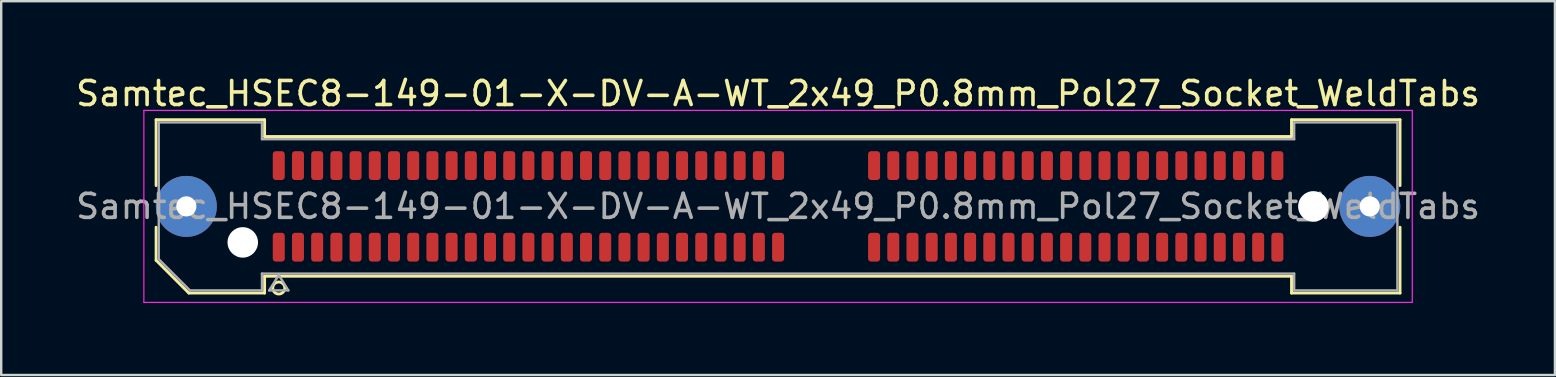
<source format=kicad_pcb>
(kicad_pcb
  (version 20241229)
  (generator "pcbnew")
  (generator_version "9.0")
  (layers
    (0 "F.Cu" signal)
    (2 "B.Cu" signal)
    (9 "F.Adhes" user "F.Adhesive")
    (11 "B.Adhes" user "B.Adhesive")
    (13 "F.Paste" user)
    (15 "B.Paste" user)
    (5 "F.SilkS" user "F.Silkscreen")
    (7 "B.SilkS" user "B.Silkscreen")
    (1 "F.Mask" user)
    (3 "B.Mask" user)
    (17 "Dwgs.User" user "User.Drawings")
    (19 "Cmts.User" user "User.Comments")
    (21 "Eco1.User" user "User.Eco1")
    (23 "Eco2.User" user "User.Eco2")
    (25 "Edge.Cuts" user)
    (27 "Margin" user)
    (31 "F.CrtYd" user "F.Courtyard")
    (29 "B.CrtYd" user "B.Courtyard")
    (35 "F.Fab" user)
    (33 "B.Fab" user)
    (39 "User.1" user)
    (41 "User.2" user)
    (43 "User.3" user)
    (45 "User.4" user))
  (footprint "Samtec_HSEC8-149-01-X-DV-A-WT_2x49_P0.8mm_Pol27_Socket_WeldTabs"
    (layer "F.Cu")
    (at 29.363 5.548)
    (property "Reference" "Samtec_HSEC8-149-01-X-DV-A-WT_2x49_P0.8mm_Pol27_Socket_WeldTabs" (at 0 -4.7 0) (layer "F.SilkS") (effects (font (size 1 1) (thickness 0.15))))
    (attr smd)
    (fp_line (start -25.91 -3.61) (end -21.39 -3.61) (stroke (width 0.12) (type solid)) (layer "F.SilkS"))
    (fp_line (start -25.91 -0.868) (end -25.91 -3.61) (stroke (width 0.12) (type solid)) (layer "F.SilkS"))
    (fp_line (start -25.91 2.246) (end -25.91 0.868) (stroke (width 0.12) (type solid)) (layer "F.SilkS"))
    (fp_line (start -24.546 3.61) (end -25.91 2.246) (stroke (width 0.12) (type solid)) (layer "F.SilkS"))
    (fp_line (start -21.39 -3.61) (end -21.39 -2.91) (stroke (width 0.12) (type solid)) (layer "F.SilkS"))
    (fp_line (start -21.39 -2.91) (end 21.39 -2.91) (stroke (width 0.12) (type solid)) (layer "F.SilkS"))
    (fp_line (start -21.39 2.91) (end -21.39 3.61) (stroke (width 0.12) (type solid)) (layer "F.SilkS"))
    (fp_line (start -21.39 3.61) (end -24.546 3.61) (stroke (width 0.12) (type solid)) (layer "F.SilkS"))
    (fp_line (start 21.39 -3.61) (end 25.91 -3.61) (stroke (width 0.12) (type solid)) (layer "F.SilkS"))
    (fp_line (start 21.39 -2.91) (end 21.39 -3.61) (stroke (width 0.12) (type solid)) (layer "F.SilkS"))
    (fp_line (start 21.39 2.91) (end -21.39 2.91) (stroke (width 0.12) (type solid)) (layer "F.SilkS"))
    (fp_line (start 21.39 3.61) (end 21.39 2.91) (stroke (width 0.12) (type solid)) (layer "F.SilkS"))
    (fp_line (start 25.91 -3.61) (end 25.91 -0.868) (stroke (width 0.12) (type solid)) (layer "F.SilkS"))
    (fp_line (start 25.91 0.868) (end 25.91 3.61) (stroke (width 0.12) (type solid)) (layer "F.SilkS"))
    (fp_line (start 25.91 3.61) (end 21.39 3.61) (stroke (width 0.12) (type solid)) (layer "F.SilkS"))
    (fp_arc (start -20.55 3.4) (mid -21.05 3.4) (end -20.55 3.4) (stroke (width 0.12) (type solid)) (layer "F.SilkS"))
    (fp_line (start -26.42 -4) (end -26.42 4) (stroke (width 0.05) (type solid)) (layer "F.CrtYd"))
    (fp_line (start -26.42 4) (end 26.42 4) (stroke (width 0.05) (type solid)) (layer "F.CrtYd"))
    (fp_line (start 26.42 -4) (end -26.42 -4) (stroke (width 0.05) (type solid)) (layer "F.CrtYd"))
    (fp_line (start 26.42 4) (end 26.42 -4) (stroke (width 0.05) (type solid)) (layer "F.CrtYd"))
    (fp_line (start -25.8 -3.5) (end -21.5 -3.5) (stroke (width 0.1) (type solid)) (layer "F.Fab"))
    (fp_line (start -25.8 2.2) (end -25.8 -3.5) (stroke (width 0.1) (type solid)) (layer "F.Fab"))
    (fp_line (start -24.5 3.5) (end -25.8 2.2) (stroke (width 0.1) (type solid)) (layer "F.Fab"))
    (fp_line (start -21.5 -3.5) (end -21.5 -2.8) (stroke (width 0.1) (type solid)) (layer "F.Fab"))
    (fp_line (start -21.5 -2.8) (end 21.5 -2.8) (stroke (width 0.1) (type solid)) (layer "F.Fab"))
    (fp_line (start -21.5 2.8) (end -21.5 3.5) (stroke (width 0.1) (type solid)) (layer "F.Fab"))
    (fp_line (start -21.5 3.5) (end -24.5 3.5) (stroke (width 0.1) (type solid)) (layer "F.Fab"))
    (fp_line (start -21.2 3.5) (end -20.8 2.86) (stroke (width 0.1) (type solid)) (layer "F.Fab"))
    (fp_line (start -20.8 2.86) (end -20.4 3.5) (stroke (width 0.1) (type solid)) (layer "F.Fab"))
    (fp_line (start -20.4 3.5) (end -21.2 3.5) (stroke (width 0.1) (type solid)) (layer "F.Fab"))
    (fp_line (start 21.5 -3.5) (end 25.8 -3.5) (stroke (width 0.1) (type solid)) (layer "F.Fab"))
    (fp_line (start 21.5 -2.8) (end 21.5 -3.5) (stroke (width 0.1) (type solid)) (layer "F.Fab"))
    (fp_line (start 21.5 2.8) (end -21.5 2.8) (stroke (width 0.1) (type solid)) (layer "F.Fab"))
    (fp_line (start 21.5 3.5) (end 21.5 2.8) (stroke (width 0.1) (type solid)) (layer "F.Fab"))
    (fp_line (start 25.8 -3.5) (end 25.8 3.5) (stroke (width 0.1) (type solid)) (layer "F.Fab"))
    (fp_line (start 25.8 3.5) (end 21.5 3.5) (stroke (width 0.1) (type solid)) (layer "F.Fab"))
    (fp_text user "${REFERENCE}" (at 0 0 0) (layer "F.Fab") (effects (font (size 1 1) (thickness 0.15))))
    (pad "" thru_hole circle (at -24.65 0) (size 2.54 2.54) (drill 0.84) (layers "*.Cu" "*.Mask" "F.Paste"))
    (pad "" np_thru_hole circle (at -22.3 1.5) (size 1.27 1.27) (drill 1.27) (layers "*.Cu" "*.Mask"))
    (pad "" np_thru_hole circle (at 22.3 0) (size 1.27 1.27) (drill 1.27) (layers "*.Cu" "*.Mask"))
    (pad "" thru_hole circle (at 24.65 0) (size 2.54 2.54) (drill 0.84) (layers "*.Cu" "*.Mask" "F.Paste"))
    (pad "1" smd roundrect (at -20.8 1.7) (size 0.5 1.2) (layers "F.Cu" "F.Mask" "F.Paste") (roundrect_rratio 0.25))
    (pad "2" smd roundrect (at -20.8 -1.7) (size 0.5 1.2) (layers "F.Cu" "F.Mask" "F.Paste") (roundrect_rratio 0.25))
    (pad "3" smd roundrect (at -20 1.7) (size 0.5 1.2) (layers "F.Cu" "F.Mask" "F.Paste") (roundrect_rratio 0.25))
    (pad "4" smd roundrect (at -20 -1.7) (size 0.5 1.2) (layers "F.Cu" "F.Mask" "F.Paste") (roundrect_rratio 0.25))
    (pad "5" smd roundrect (at -19.2 1.7) (size 0.5 1.2) (layers "F.Cu" "F.Mask" "F.Paste") (roundrect_rratio 0.25))
    (pad "6" smd roundrect (at -19.2 -1.7) (size 0.5 1.2) (layers "F.Cu" "F.Mask" "F.Paste") (roundrect_rratio 0.25))
    (pad "7" smd roundrect (at -18.4 1.7) (size 0.5 1.2) (layers "F.Cu" "F.Mask" "F.Paste") (roundrect_rratio 0.25))
    (pad "8" smd roundrect (at -18.4 -1.7) (size 0.5 1.2) (layers "F.Cu" "F.Mask" "F.Paste") (roundrect_rratio 0.25))
    (pad "9" smd roundrect (at -17.6 1.7) (size 0.5 1.2) (layers "F.Cu" "F.Mask" "F.Paste") (roundrect_rratio 0.25))
    (pad "10" smd roundrect (at -17.6 -1.7) (size 0.5 1.2) (layers "F.Cu" "F.Mask" "F.Paste") (roundrect_rratio 0.25))
    (pad "11" smd roundrect (at -16.8 1.7) (size 0.5 1.2) (layers "F.Cu" "F.Mask" "F.Paste") (roundrect_rratio 0.25))
    (pad "12" smd roundrect (at -16.8 -1.7) (size 0.5 1.2) (layers "F.Cu" "F.Mask" "F.Paste") (roundrect_rratio 0.25))
    (pad "13" smd roundrect (at -16 1.7) (size 0.5 1.2) (layers "F.Cu" "F.Mask" "F.Paste") (roundrect_rratio 0.25))
    (pad "14" smd roundrect (at -16 -1.7) (size 0.5 1.2) (layers "F.Cu" "F.Mask" "F.Paste") (roundrect_rratio 0.25))
    (pad "15" smd roundrect (at -15.2 1.7) (size 0.5 1.2) (layers "F.Cu" "F.Mask" "F.Paste") (roundrect_rratio 0.25))
    (pad "16" smd roundrect (at -15.2 -1.7) (size 0.5 1.2) (layers "F.Cu" "F.Mask" "F.Paste") (roundrect_rratio 0.25))
    (pad "17" smd roundrect (at -14.4 1.7) (size 0.5 1.2) (layers "F.Cu" "F.Mask" "F.Paste") (roundrect_rratio 0.25))
    (pad "18" smd roundrect (at -14.4 -1.7) (size 0.5 1.2) (layers "F.Cu" "F.Mask" "F.Paste") (roundrect_rratio 0.25))
    (pad "19" smd roundrect (at -13.6 1.7) (size 0.5 1.2) (layers "F.Cu" "F.Mask" "F.Paste") (roundrect_rratio 0.25))
    (pad "20" smd roundrect (at -13.6 -1.7) (size 0.5 1.2) (layers "F.Cu" "F.Mask" "F.Paste") (roundrect_rratio 0.25))
    (pad "21" smd roundrect (at -12.8 1.7) (size 0.5 1.2) (layers "F.Cu" "F.Mask" "F.Paste") (roundrect_rratio 0.25))
    (pad "22" smd roundrect (at -12.8 -1.7) (size 0.5 1.2) (layers "F.Cu" "F.Mask" "F.Paste") (roundrect_rratio 0.25))
    (pad "23" smd roundrect (at -12 1.7) (size 0.5 1.2) (layers "F.Cu" "F.Mask" "F.Paste") (roundrect_rratio 0.25))
    (pad "24" smd roundrect (at -12 -1.7) (size 0.5 1.2) (layers "F.Cu" "F.Mask" "F.Paste") (roundrect_rratio 0.25))
    (pad "25" smd roundrect (at -11.2 1.7) (size 0.5 1.2) (layers "F.Cu" "F.Mask" "F.Paste") (roundrect_rratio 0.25))
    (pad "26" smd roundrect (at -11.2 -1.7) (size 0.5 1.2) (layers "F.Cu" "F.Mask" "F.Paste") (roundrect_rratio 0.25))
    (pad "27" smd roundrect (at -10.4 1.7) (size 0.5 1.2) (layers "F.Cu" "F.Mask" "F.Paste") (roundrect_rratio 0.25))
    (pad "28" smd roundrect (at -10.4 -1.7) (size 0.5 1.2) (layers "F.Cu" "F.Mask" "F.Paste") (roundrect_rratio 0.25))
    (pad "29" smd roundrect (at -9.6 1.7) (size 0.5 1.2) (layers "F.Cu" "F.Mask" "F.Paste") (roundrect_rratio 0.25))
    (pad "30" smd roundrect (at -9.6 -1.7) (size 0.5 1.2) (layers "F.Cu" "F.Mask" "F.Paste") (roundrect_rratio 0.25))
    (pad "31" smd roundrect (at -8.8 1.7) (size 0.5 1.2) (layers "F.Cu" "F.Mask" "F.Paste") (roundrect_rratio 0.25))
    (pad "32" smd roundrect (at -8.8 -1.7) (size 0.5 1.2) (layers "F.Cu" "F.Mask" "F.Paste") (roundrect_rratio 0.25))
    (pad "33" smd roundrect (at -8 1.7) (size 0.5 1.2) (layers "F.Cu" "F.Mask" "F.Paste") (roundrect_rratio 0.25))
    (pad "34" smd roundrect (at -8 -1.7) (size 0.5 1.2) (layers "F.Cu" "F.Mask" "F.Paste") (roundrect_rratio 0.25))
    (pad "35" smd roundrect (at -7.2 1.7) (size 0.5 1.2) (layers "F.Cu" "F.Mask" "F.Paste") (roundrect_rratio 0.25))
    (pad "36" smd roundrect (at -7.2 -1.7) (size 0.5 1.2) (layers "F.Cu" "F.Mask" "F.Paste") (roundrect_rratio 0.25))
    (pad "37" smd roundrect (at -6.4 1.7) (size 0.5 1.2) (layers "F.Cu" "F.Mask" "F.Paste") (roundrect_rratio 0.25))
    (pad "38" smd roundrect (at -6.4 -1.7) (size 0.5 1.2) (layers "F.Cu" "F.Mask" "F.Paste") (roundrect_rratio 0.25))
    (pad "39" smd roundrect (at -5.6 1.7) (size 0.5 1.2) (layers "F.Cu" "F.Mask" "F.Paste") (roundrect_rratio 0.25))
    (pad "40" smd roundrect (at -5.6 -1.7) (size 0.5 1.2) (layers "F.Cu" "F.Mask" "F.Paste") (roundrect_rratio 0.25))
    (pad "41" smd roundrect (at -4.8 1.7) (size 0.5 1.2) (layers "F.Cu" "F.Mask" "F.Paste") (roundrect_rratio 0.25))
    (pad "42" smd roundrect (at -4.8 -1.7) (size 0.5 1.2) (layers "F.Cu" "F.Mask" "F.Paste") (roundrect_rratio 0.25))
    (pad "43" smd roundrect (at -4 1.7) (size 0.5 1.2) (layers "F.Cu" "F.Mask" "F.Paste") (roundrect_rratio 0.25))
    (pad "44" smd roundrect (at -4 -1.7) (size 0.5 1.2) (layers "F.Cu" "F.Mask" "F.Paste") (roundrect_rratio 0.25))
    (pad "45" smd roundrect (at -3.2 1.7) (size 0.5 1.2) (layers "F.Cu" "F.Mask" "F.Paste") (roundrect_rratio 0.25))
    (pad "46" smd roundrect (at -3.2 -1.7) (size 0.5 1.2) (layers "F.Cu" "F.Mask" "F.Paste") (roundrect_rratio 0.25))
    (pad "47" smd roundrect (at -2.4 1.7) (size 0.5 1.2) (layers "F.Cu" "F.Mask" "F.Paste") (roundrect_rratio 0.25))
    (pad "48" smd roundrect (at -2.4 -1.7) (size 0.5 1.2) (layers "F.Cu" "F.Mask" "F.Paste") (roundrect_rratio 0.25))
    (pad "49" smd roundrect (at -1.6 1.7) (size 0.5 1.2) (layers "F.Cu" "F.Mask" "F.Paste") (roundrect_rratio 0.25))
    (pad "50" smd roundrect (at -1.6 -1.7) (size 0.5 1.2) (layers "F.Cu" "F.Mask" "F.Paste") (roundrect_rratio 0.25))
    (pad "51" smd roundrect (at -0.8 1.7) (size 0.5 1.2) (layers "F.Cu" "F.Mask" "F.Paste") (roundrect_rratio 0.25))
    (pad "52" smd roundrect (at -0.8 -1.7) (size 0.5 1.2) (layers "F.Cu" "F.Mask" "F.Paste") (roundrect_rratio 0.25))
    (pad "53" smd roundrect (at 0 1.7) (size 0.5 1.2) (layers "F.Cu" "F.Mask" "F.Paste") (roundrect_rratio 0.25))
    (pad "54" smd roundrect (at 0 -1.7) (size 0.5 1.2) (layers "F.Cu" "F.Mask" "F.Paste") (roundrect_rratio 0.25))
    (pad "55" smd roundrect (at 4 1.7) (size 0.5 1.2) (layers "F.Cu" "F.Mask" "F.Paste") (roundrect_rratio 0.25))
    (pad "56" smd roundrect (at 4 -1.7) (size 0.5 1.2) (layers "F.Cu" "F.Mask" "F.Paste") (roundrect_rratio 0.25))
    (pad "57" smd roundrect (at 4.8 1.7) (size 0.5 1.2) (layers "F.Cu" "F.Mask" "F.Paste") (roundrect_rratio 0.25))
    (pad "58" smd roundrect (at 4.8 -1.7) (size 0.5 1.2) (layers "F.Cu" "F.Mask" "F.Paste") (roundrect_rratio 0.25))
    (pad "59" smd roundrect (at 5.6 1.7) (size 0.5 1.2) (layers "F.Cu" "F.Mask" "F.Paste") (roundrect_rratio 0.25))
    (pad "60" smd roundrect (at 5.6 -1.7) (size 0.5 1.2) (layers "F.Cu" "F.Mask" "F.Paste") (roundrect_rratio 0.25))
    (pad "61" smd roundrect (at 6.4 1.7) (size 0.5 1.2) (layers "F.Cu" "F.Mask" "F.Paste") (roundrect_rratio 0.25))
    (pad "62" smd roundrect (at 6.4 -1.7) (size 0.5 1.2) (layers "F.Cu" "F.Mask" "F.Paste") (roundrect_rratio 0.25))
    (pad "63" smd roundrect (at 7.2 1.7) (size 0.5 1.2) (layers "F.Cu" "F.Mask" "F.Paste") (roundrect_rratio 0.25))
    (pad "64" smd roundrect (at 7.2 -1.7) (size 0.5 1.2) (layers "F.Cu" "F.Mask" "F.Paste") (roundrect_rratio 0.25))
    (pad "65" smd roundrect (at 8 1.7) (size 0.5 1.2) (layers "F.Cu" "F.Mask" "F.Paste") (roundrect_rratio 0.25))
    (pad "66" smd roundrect (at 8 -1.7) (size 0.5 1.2) (layers "F.Cu" "F.Mask" "F.Paste") (roundrect_rratio 0.25))
    (pad "67" smd roundrect (at 8.8 1.7) (size 0.5 1.2) (layers "F.Cu" "F.Mask" "F.Paste") (roundrect_rratio 0.25))
    (pad "68" smd roundrect (at 8.8 -1.7) (size 0.5 1.2) (layers "F.Cu" "F.Mask" "F.Paste") (roundrect_rratio 0.25))
    (pad "69" smd roundrect (at 9.6 1.7) (size 0.5 1.2) (layers "F.Cu" "F.Mask" "F.Paste") (roundrect_rratio 0.25))
    (pad "70" smd roundrect (at 9.6 -1.7) (size 0.5 1.2) (layers "F.Cu" "F.Mask" "F.Paste") (roundrect_rratio 0.25))
    (pad "71" smd roundrect (at 10.4 1.7) (size 0.5 1.2) (layers "F.Cu" "F.Mask" "F.Paste") (roundrect_rratio 0.25))
    (pad "72" smd roundrect (at 10.4 -1.7) (size 0.5 1.2) (layers "F.Cu" "F.Mask" "F.Paste") (roundrect_rratio 0.25))
    (pad "73" smd roundrect (at 11.2 1.7) (size 0.5 1.2) (layers "F.Cu" "F.Mask" "F.Paste") (roundrect_rratio 0.25))
    (pad "74" smd roundrect (at 11.2 -1.7) (size 0.5 1.2) (layers "F.Cu" "F.Mask" "F.Paste") (roundrect_rratio 0.25))
    (pad "75" smd roundrect (at 12 1.7) (size 0.5 1.2) (layers "F.Cu" "F.Mask" "F.Paste") (roundrect_rratio 0.25))
    (pad "76" smd roundrect (at 12 -1.7) (size 0.5 1.2) (layers "F.Cu" "F.Mask" "F.Paste") (roundrect_rratio 0.25))
    (pad "77" smd roundrect (at 12.8 1.7) (size 0.5 1.2) (layers "F.Cu" "F.Mask" "F.Paste") (roundrect_rratio 0.25))
    (pad "78" smd roundrect (at 12.8 -1.7) (size 0.5 1.2) (layers "F.Cu" "F.Mask" "F.Paste") (roundrect_rratio 0.25))
    (pad "79" smd roundrect (at 13.6 1.7) (size 0.5 1.2) (layers "F.Cu" "F.Mask" "F.Paste") (roundrect_rratio 0.25))
    (pad "80" smd roundrect (at 13.6 -1.7) (size 0.5 1.2) (layers "F.Cu" "F.Mask" "F.Paste") (roundrect_rratio 0.25))
    (pad "81" smd roundrect (at 14.4 1.7) (size 0.5 1.2) (layers "F.Cu" "F.Mask" "F.Paste") (roundrect_rratio 0.25))
    (pad "82" smd roundrect (at 14.4 -1.7) (size 0.5 1.2) (layers "F.Cu" "F.Mask" "F.Paste") (roundrect_rratio 0.25))
    (pad "83" smd roundrect (at 15.2 1.7) (size 0.5 1.2) (layers "F.Cu" "F.Mask" "F.Paste") (roundrect_rratio 0.25))
    (pad "84" smd roundrect (at 15.2 -1.7) (size 0.5 1.2) (layers "F.Cu" "F.Mask" "F.Paste") (roundrect_rratio 0.25))
    (pad "85" smd roundrect (at 16 1.7) (size 0.5 1.2) (layers "F.Cu" "F.Mask" "F.Paste") (roundrect_rratio 0.25))
    (pad "86" smd roundrect (at 16 -1.7) (size 0.5 1.2) (layers "F.Cu" "F.Mask" "F.Paste") (roundrect_rratio 0.25))
    (pad "87" smd roundrect (at 16.8 1.7) (size 0.5 1.2) (layers "F.Cu" "F.Mask" "F.Paste") (roundrect_rratio 0.25))
    (pad "88" smd roundrect (at 16.8 -1.7) (size 0.5 1.2) (layers "F.Cu" "F.Mask" "F.Paste") (roundrect_rratio 0.25))
    (pad "89" smd roundrect (at 17.6 1.7) (size 0.5 1.2) (layers "F.Cu" "F.Mask" "F.Paste") (roundrect_rratio 0.25))
    (pad "90" smd roundrect (at 17.6 -1.7) (size 0.5 1.2) (layers "F.Cu" "F.Mask" "F.Paste") (roundrect_rratio 0.25))
    (pad "91" smd roundrect (at 18.4 1.7) (size 0.5 1.2) (layers "F.Cu" "F.Mask" "F.Paste") (roundrect_rratio 0.25))
    (pad "92" smd roundrect (at 18.4 -1.7) (size 0.5 1.2) (layers "F.Cu" "F.Mask" "F.Paste") (roundrect_rratio 0.25))
    (pad "93" smd roundrect (at 19.2 1.7) (size 0.5 1.2) (layers "F.Cu" "F.Mask" "F.Paste") (roundrect_rratio 0.25))
    (pad "94" smd roundrect (at 19.2 -1.7) (size 0.5 1.2) (layers "F.Cu" "F.Mask" "F.Paste") (roundrect_rratio 0.25))
    (pad "95" smd roundrect (at 20 1.7) (size 0.5 1.2) (layers "F.Cu" "F.Mask" "F.Paste") (roundrect_rratio 0.25))
    (pad "96" smd roundrect (at 20 -1.7) (size 0.5 1.2) (layers "F.Cu" "F.Mask" "F.Paste") (roundrect_rratio 0.25))
    (pad "97" smd roundrect (at 20.8 1.7) (size 0.5 1.2) (layers "F.Cu" "F.Mask" "F.Paste") (roundrect_rratio 0.25))
    (pad "98" smd roundrect (at 20.8 -1.7) (size 0.5 1.2) (layers "F.Cu" "F.Mask" "F.Paste") (roundrect_rratio 0.25)))
  (gr_rect
    (start -3 -3)
    (end 61.726 12.573)
    (stroke (width 0.1) (type default))
    (fill no)
    (layer "Edge.Cuts")))
</source>
